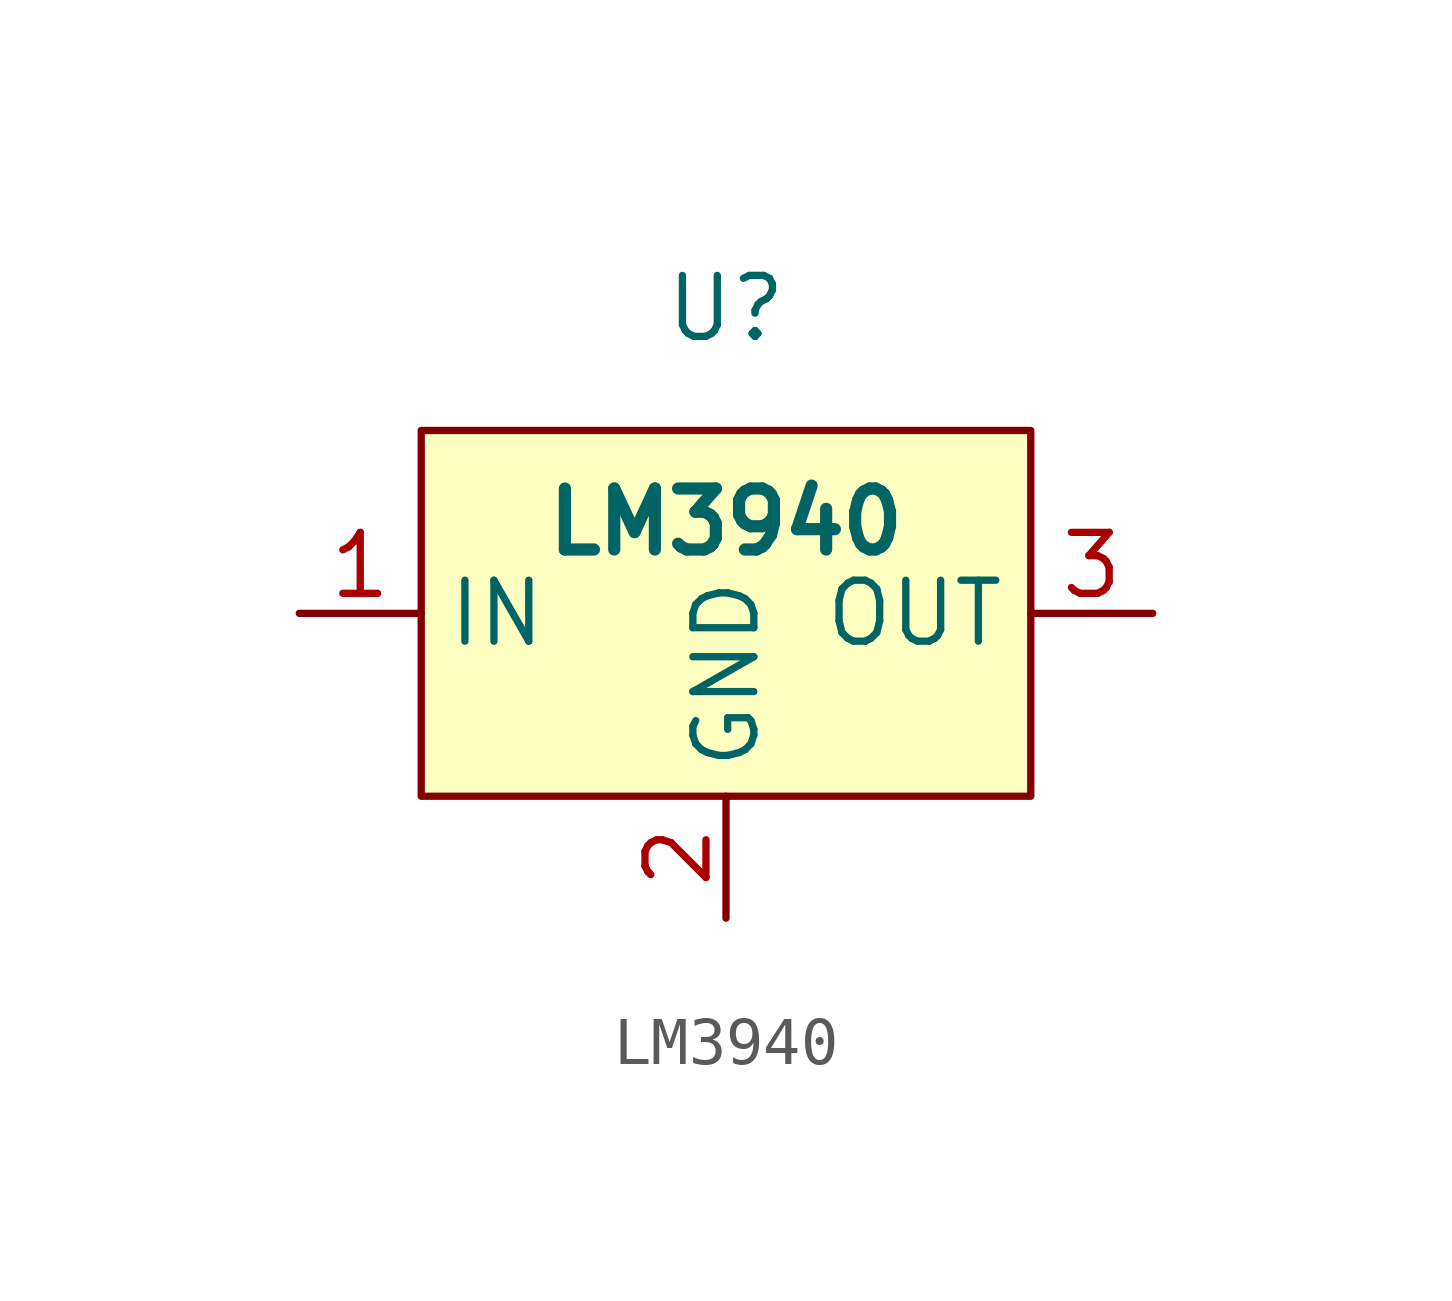
<source format=kicad_sym>
(kicad_symbol_lib
  (version 20231120)
  (generator "kicad_symbol_editor")
  (generator_version "8.0")
  (symbol "LM3940"
    (property "Reference" "U"
      (at 0 6.35 0)
      (effects (font (size 1.27 1.27))))
    (property "Value" "LM3940"
      (at 0 1.905 0)
      (do_not_autoplace)
      (effects (font (size 1.27 1.27) (bold yes))))
    (symbol "LM3940_0_0"
      (pin power_in line (at -8.89 0 0) (length 2.54) (name "IN" (effects (font (size 1.27 1.27)))) (number "1" (effects (font (size 1.27 1.27))))))
    (symbol "LM3940_1_0"
      (pin power_in line (at 0 -6.35 90) (length 2.54) (name "GND" (effects (font (size 1.27 1.27)))) (number "2" (effects (font (size 1.27 1.27)))))
      (pin passive line (at 8.89 0 180) (length 2.54) (name "OUT" (effects (font (size 1.27 1.27)))) (number "3" (effects (font (size 1.27 1.27))))))
    (symbol "LM3940_1_1"
      (rectangle (start -6.35 3.81) (end 6.35 -3.81) (stroke (width 0) (type default)) (fill (type background))))))
</source>
